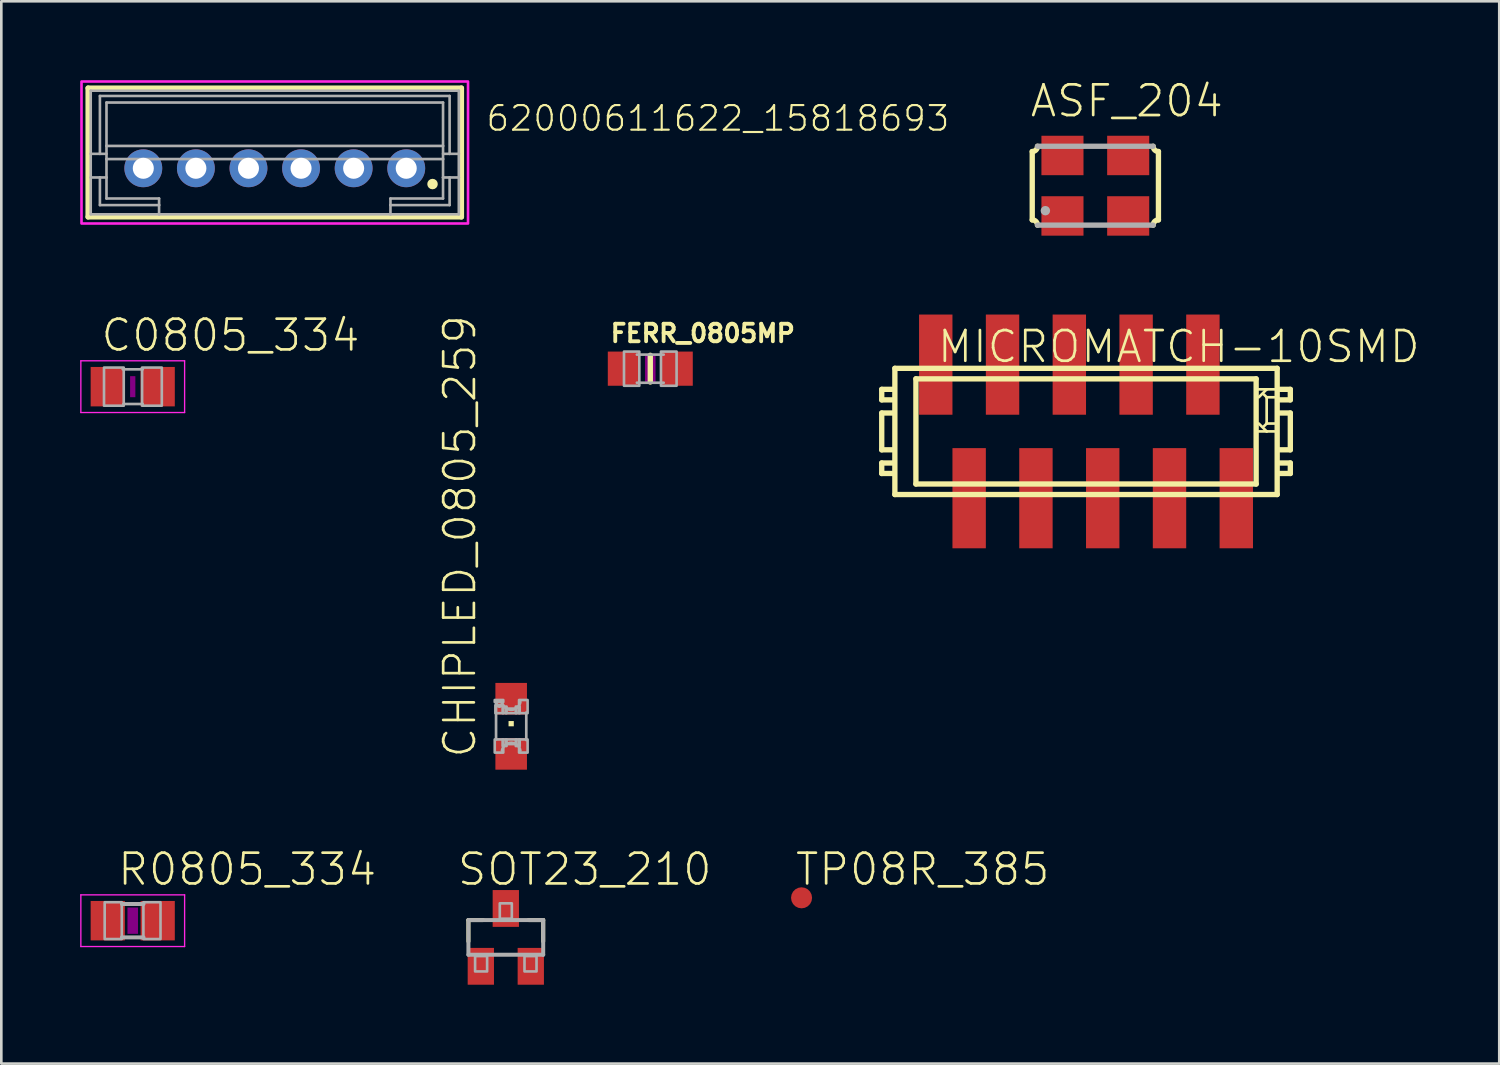
<source format=kicad_pcb>
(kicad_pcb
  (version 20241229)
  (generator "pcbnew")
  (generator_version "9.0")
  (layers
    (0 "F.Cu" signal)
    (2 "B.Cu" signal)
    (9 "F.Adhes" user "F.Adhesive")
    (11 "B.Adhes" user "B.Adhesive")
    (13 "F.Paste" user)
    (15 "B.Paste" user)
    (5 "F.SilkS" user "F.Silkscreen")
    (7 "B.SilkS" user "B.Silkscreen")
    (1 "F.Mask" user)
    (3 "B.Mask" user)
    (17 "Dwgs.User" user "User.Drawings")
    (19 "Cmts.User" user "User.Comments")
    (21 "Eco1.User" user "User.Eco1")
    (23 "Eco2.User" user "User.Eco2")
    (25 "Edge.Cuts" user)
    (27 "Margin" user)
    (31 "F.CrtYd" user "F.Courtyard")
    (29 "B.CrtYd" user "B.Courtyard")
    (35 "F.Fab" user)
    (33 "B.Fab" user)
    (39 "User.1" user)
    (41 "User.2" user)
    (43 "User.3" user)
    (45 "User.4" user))
  (footprint "ASF_204"
    (layer "F.Cu")
    (at 38.608 4.013)
    (property "Reference" "ASF_204" (at -2.54 -2.54 0) (unlocked yes) (layer "F.SilkS") (effects (font (size 1.168 1.168) (thickness 0.102)) (justify left bottom)))
    (fp_line (start -2.4 1.3) (end -2.4 -1.3) (stroke (width 0.203) (type solid)) (layer "F.SilkS"))
    (fp_line (start 2.4 -1.3) (end 2.4 1.3) (stroke (width 0.203) (type solid)) (layer "F.SilkS"))
    (fp_arc (start -2.4 1.3) (mid -2.258579 1.358579) (end -2.2 1.5) (stroke (width 0.2032) (type solid)) (layer "F.SilkS"))
    (fp_arc (start -2.2 -1.5) (mid -2.258579 -1.358579) (end -2.4 -1.3) (stroke (width 0.2032) (type solid)) (layer "F.SilkS"))
    (fp_arc (start 2.2 1.5) (mid 2.258579 1.358579) (end 2.4 1.3) (stroke (width 0.2032) (type solid)) (layer "F.SilkS"))
    (fp_arc (start 2.4 -1.3) (mid 2.258579 -1.358579) (end 2.2 -1.5) (stroke (width 0.2032) (type solid)) (layer "F.SilkS"))
    (fp_line (start -2.2 -1.5) (end 2.2 -1.5) (stroke (width 0.203) (type solid)) (layer "F.Fab"))
    (fp_line (start 2.2 1.5) (end -2.2 1.5) (stroke (width 0.203) (type solid)) (layer "F.Fab"))
    (fp_circle (center -1.9 0.95) (end -1.81 0.95) (stroke (width 0.18) (type solid)) (fill no) (layer "F.Fab"))
    (pad "1" smd rect (at -1.25 1.15) (size 1.6 1.5) (layers "F.Cu" "F.Mask" "F.Paste"))
    (pad "2" smd rect (at 1.25 1.15) (size 1.6 1.5) (layers "F.Cu" "F.Mask" "F.Paste"))
    (pad "3" smd rect (at 1.25 -1.15 180) (size 1.6 1.5) (layers "F.Cu" "F.Mask" "F.Paste"))
    (pad "4" smd rect (at -1.25 -1.15 180) (size 1.6 1.5) (layers "F.Cu" "F.Mask" "F.Paste")))
  (footprint "R0805_334"
    (layer "F.Cu")
    (at 1.998 31.966)
    (property "Reference" "R0805_334" (at -0.635 -1.27 0) (unlocked yes) (layer "F.SilkS") (effects (font (size 1.168 1.168) (thickness 0.102)) (justify left bottom)))
    (fp_poly (pts (xy -0.2 0.5) (xy 0.2 0.5) (xy 0.2 -0.5) (xy -0.2 -0.5)) (stroke (width 0) (type default)) (fill yes) (layer "F.Adhes"))
    (fp_line (start -1.973 -0.983) (end 1.973 -0.983) (stroke (width 0.051) (type solid)) (layer "F.CrtYd"))
    (fp_line (start -1.973 0.983) (end -1.973 -0.983) (stroke (width 0.051) (type solid)) (layer "F.CrtYd"))
    (fp_line (start 1.973 -0.983) (end 1.973 0.983) (stroke (width 0.051) (type solid)) (layer "F.CrtYd"))
    (fp_line (start 1.973 0.983) (end -1.973 0.983) (stroke (width 0.051) (type solid)) (layer "F.CrtYd"))
    (fp_line (start -0.41 -0.635) (end 0.41 -0.635) (stroke (width 0.152) (type solid)) (layer "F.Fab"))
    (fp_line (start -0.41 0.635) (end 0.41 0.635) (stroke (width 0.152) (type solid)) (layer "F.Fab"))
    (fp_poly (pts (xy -1.067 0.699) (xy -0.417 0.699) (xy -0.417 -0.702) (xy -1.067 -0.702)) (stroke (width 0.1) (type default)) (fill no) (layer "F.Fab"))
    (fp_poly (pts (xy 0.406 0.699) (xy 1.056 0.699) (xy 1.056 -0.702) (xy 0.406 -0.702)) (stroke (width 0.1) (type default)) (fill no) (layer "F.Fab"))
    (pad "1" smd rect (at -0.95 0) (size 1.3 1.5) (layers "F.Cu" "F.Mask" "F.Paste"))
    (pad "2" smd rect (at 0.95 0) (size 1.3 1.5) (layers "F.Cu" "F.Mask" "F.Paste")))
  (footprint "62000611622_15818693"
    (layer "F.Cu")
    (at 7.4 2.75)
    (property "Reference" "62000611622_15818693" (at 7.985 -0.75 0) (unlocked yes) (layer "F.SilkS") (effects (font (size 0.935 0.935) (thickness 0.081)) (justify left bottom)))
    (fp_line (start -7.1 -2.45) (end 7.1 -2.45) (stroke (width 0.2) (type solid)) (layer "F.SilkS"))
    (fp_line (start -7.1 2.45) (end -7.1 -2.45) (stroke (width 0.2) (type solid)) (layer "F.SilkS"))
    (fp_line (start 7.1 -2.45) (end 7.1 2.45) (stroke (width 0.2) (type solid)) (layer "F.SilkS"))
    (fp_line (start 7.1 2.45) (end -7.1 2.45) (stroke (width 0.2) (type solid)) (layer "F.SilkS"))
    (fp_circle (center 6 1.2) (end 6.1 1.2) (stroke (width 0.2) (type solid)) (fill no) (layer "F.SilkS"))
    (fp_poly (pts (xy 7.35 2.7) (xy -7.35 2.7) (xy -7.35 -2.7) (xy 7.35 -2.7)) (stroke (width 0.1) (type default)) (fill no) (layer "F.CrtYd"))
    (fp_line (start -7 -2.35) (end 7 -2.35) (stroke (width 0.1) (type solid)) (layer "F.Fab"))
    (fp_line (start -7 0.05) (end -7 -2.35) (stroke (width 0.1) (type solid)) (layer "F.Fab"))
    (fp_line (start -7 0.05) (end -6.65 0.05) (stroke (width 0.1) (type solid)) (layer "F.Fab"))
    (fp_line (start -7 0.95) (end -7 0.05) (stroke (width 0.1) (type solid)) (layer "F.Fab"))
    (fp_line (start -7 0.95) (end -6.65 0.95) (stroke (width 0.1) (type solid)) (layer "F.Fab"))
    (fp_line (start -7 2.35) (end -7 0.95) (stroke (width 0.1) (type solid)) (layer "F.Fab"))
    (fp_line (start -6.65 -2.15) (end 6.65 -2.15) (stroke (width 0.1) (type solid)) (layer "F.Fab"))
    (fp_line (start -6.65 0.05) (end -6.65 -2.15) (stroke (width 0.1) (type solid)) (layer "F.Fab"))
    (fp_line (start -6.65 0.05) (end -6.4 0.05) (stroke (width 0.1) (type solid)) (layer "F.Fab"))
    (fp_line (start -6.65 0.95) (end -6.4 0.95) (stroke (width 0.1) (type solid)) (layer "F.Fab"))
    (fp_line (start -6.65 2) (end -6.65 0.95) (stroke (width 0.1) (type solid)) (layer "F.Fab"))
    (fp_line (start -6.4 -1.9) (end 6.4 -1.9) (stroke (width 0.1) (type solid)) (layer "F.Fab"))
    (fp_line (start -6.4 -0.25) (end -6.4 -1.9) (stroke (width 0.1) (type solid)) (layer "F.Fab"))
    (fp_line (start -6.4 -0.25) (end 6.4 -0.25) (stroke (width 0.1) (type solid)) (layer "F.Fab"))
    (fp_line (start -6.4 0.25) (end -6.4 -0.25) (stroke (width 0.1) (type solid)) (layer "F.Fab"))
    (fp_line (start -6.4 0.25) (end 6.4 0.25) (stroke (width 0.1) (type solid)) (layer "F.Fab"))
    (fp_line (start -6.4 0.95) (end -6.4 0.25) (stroke (width 0.1) (type solid)) (layer "F.Fab"))
    (fp_line (start -6.4 1.75) (end -6.4 0.95) (stroke (width 0.1) (type solid)) (layer "F.Fab"))
    (fp_line (start -4.4 1.75) (end -6.4 1.75) (stroke (width 0.1) (type solid)) (layer "F.Fab"))
    (fp_line (start -4.4 1.75) (end -4.4 2) (stroke (width 0.1) (type solid)) (layer "F.Fab"))
    (fp_line (start -4.4 2) (end -6.65 2) (stroke (width 0.1) (type solid)) (layer "F.Fab"))
    (fp_line (start -4.4 2) (end -4.4 2.35) (stroke (width 0.1) (type solid)) (layer "F.Fab"))
    (fp_line (start -4.4 2.35) (end -7 2.35) (stroke (width 0.1) (type solid)) (layer "F.Fab"))
    (fp_line (start 4.4 1.75) (end 4.4 2) (stroke (width 0.1) (type solid)) (layer "F.Fab"))
    (fp_line (start 4.4 2) (end 4.4 2.35) (stroke (width 0.1) (type solid)) (layer "F.Fab"))
    (fp_line (start 4.4 2.35) (end -4.4 2.35) (stroke (width 0.1) (type solid)) (layer "F.Fab"))
    (fp_line (start 6.4 -1.9) (end 6.4 -0.25) (stroke (width 0.1) (type solid)) (layer "F.Fab"))
    (fp_line (start 6.4 -0.25) (end 6.4 0.25) (stroke (width 0.1) (type solid)) (layer "F.Fab"))
    (fp_line (start 6.4 0.05) (end 6.65 0.05) (stroke (width 0.1) (type solid)) (layer "F.Fab"))
    (fp_line (start 6.4 0.25) (end 6.4 0.95) (stroke (width 0.1) (type solid)) (layer "F.Fab"))
    (fp_line (start 6.4 0.95) (end 6.4 1.75) (stroke (width 0.1) (type solid)) (layer "F.Fab"))
    (fp_line (start 6.4 0.95) (end 6.65 0.95) (stroke (width 0.1) (type solid)) (layer "F.Fab"))
    (fp_line (start 6.4 1.75) (end 4.4 1.75) (stroke (width 0.1) (type solid)) (layer "F.Fab"))
    (fp_line (start 6.65 -2.15) (end 6.65 0.05) (stroke (width 0.1) (type solid)) (layer "F.Fab"))
    (fp_line (start 6.65 0.05) (end 7 0.05) (stroke (width 0.1) (type solid)) (layer "F.Fab"))
    (fp_line (start 6.65 0.95) (end 6.65 2) (stroke (width 0.1) (type solid)) (layer "F.Fab"))
    (fp_line (start 6.65 0.95) (end 7 0.95) (stroke (width 0.1) (type solid)) (layer "F.Fab"))
    (fp_line (start 6.65 2) (end 4.4 2) (stroke (width 0.1) (type solid)) (layer "F.Fab"))
    (fp_line (start 7 -2.35) (end 7 0.05) (stroke (width 0.1) (type solid)) (layer "F.Fab"))
    (fp_line (start 7 0.05) (end 7 0.95) (stroke (width 0.1) (type solid)) (layer "F.Fab"))
    (fp_line (start 7 0.95) (end 7 2.35) (stroke (width 0.1) (type solid)) (layer "F.Fab"))
    (fp_line (start 7 2.35) (end 4.4 2.35) (stroke (width 0.1) (type solid)) (layer "F.Fab"))
    (pad "1" thru_hole circle (at 5 0.6) (size 1.44 1.44) (drill 0.8) (layers "*.Cu" "*.Mask"))
    (pad "2" thru_hole circle (at 3 0.6) (size 1.44 1.44) (drill 0.8) (layers "*.Cu" "*.Mask"))
    (pad "3" thru_hole circle (at 1 0.6) (size 1.44 1.44) (drill 0.8) (layers "*.Cu" "*.Mask"))
    (pad "4" thru_hole circle (at -1 0.6) (size 1.44 1.44) (drill 0.8) (layers "*.Cu" "*.Mask"))
    (pad "5" thru_hole circle (at -3 0.6) (size 1.44 1.44) (drill 0.8) (layers "*.Cu" "*.Mask"))
    (pad "6" thru_hole circle (at -5 0.6) (size 1.44 1.44) (drill 0.8) (layers "*.Cu" "*.Mask")))
  (footprint "MICROMATCH-10SMD"
    (layer "F.Cu")
    (at 38.254 13.358)
    (property "Reference" "MICROMATCH-10SMD" (at -5.715 -2.54 0) (unlocked yes) (layer "F.SilkS") (effects (font (size 1.168 1.168) (thickness 0.102)) (justify left bottom)))
    (fp_line (start -7.77 -1.6) (end -7.77 -1.2) (stroke (width 0.203) (type solid)) (layer "F.SilkS"))
    (fp_line (start -7.77 -1.2) (end -7.37 -1.2) (stroke (width 0.203) (type solid)) (layer "F.SilkS"))
    (fp_line (start -7.77 -0.7) (end -7.77 0.7) (stroke (width 0.203) (type solid)) (layer "F.SilkS"))
    (fp_line (start -7.77 0.7) (end -7.37 0.7) (stroke (width 0.203) (type solid)) (layer "F.SilkS"))
    (fp_line (start -7.77 1.2) (end -7.77 1.6) (stroke (width 0.203) (type solid)) (layer "F.SilkS"))
    (fp_line (start -7.77 1.6) (end -7.37 1.6) (stroke (width 0.203) (type solid)) (layer "F.SilkS"))
    (fp_line (start -7.37 -1.6) (end -7.77 -1.6) (stroke (width 0.203) (type solid)) (layer "F.SilkS"))
    (fp_line (start -7.37 -0.7) (end -7.77 -0.7) (stroke (width 0.203) (type solid)) (layer "F.SilkS"))
    (fp_line (start -7.37 1.2) (end -7.77 1.2) (stroke (width 0.203) (type solid)) (layer "F.SilkS"))
    (fp_line (start -7.27 -2.4) (end -7.27 2.4) (stroke (width 0.203) (type solid)) (layer "F.SilkS"))
    (fp_line (start -6.47 -2) (end -6.47 2) (stroke (width 0.203) (type solid)) (layer "F.SilkS"))
    (fp_line (start 6.47 -2) (end -6.47 -2) (stroke (width 0.203) (type solid)) (layer "F.SilkS"))
    (fp_line (start 6.47 2) (end -6.47 2) (stroke (width 0.203) (type solid)) (layer "F.SilkS"))
    (fp_line (start 6.47 2) (end 6.47 -2) (stroke (width 0.203) (type solid)) (layer "F.SilkS"))
    (fp_line (start 6.77 -1.4) (end 6.87 -1.3) (stroke (width 0.102) (type solid)) (layer "F.SilkS"))
    (fp_line (start 6.77 -0.2) (end 6.87 -0.3) (stroke (width 0.102) (type solid)) (layer "F.SilkS"))
    (fp_line (start 6.87 -1.6) (end 6.57 -1.6) (stroke (width 0.102) (type solid)) (layer "F.SilkS"))
    (fp_line (start 6.87 -1.6) (end 6.57 -1.3) (stroke (width 0.102) (type solid)) (layer "F.SilkS"))
    (fp_line (start 6.87 -1.3) (end 6.87 -0.3) (stroke (width 0.102) (type solid)) (layer "F.SilkS"))
    (fp_line (start 6.87 -0.3) (end 7.17 -0.3) (stroke (width 0.102) (type solid)) (layer "F.SilkS"))
    (fp_line (start 6.87 0) (end 6.57 -0.3) (stroke (width 0.102) (type solid)) (layer "F.SilkS"))
    (fp_line (start 6.87 0) (end 6.57 0) (stroke (width 0.102) (type solid)) (layer "F.SilkS"))
    (fp_line (start 7.17 -1.6) (end 6.87 -1.6) (stroke (width 0.102) (type solid)) (layer "F.SilkS"))
    (fp_line (start 7.17 -1.3) (end 6.87 -1.3) (stroke (width 0.102) (type solid)) (layer "F.SilkS"))
    (fp_line (start 7.17 0) (end 6.87 0) (stroke (width 0.102) (type solid)) (layer "F.SilkS"))
    (fp_line (start 7.27 -2.4) (end -7.27 -2.4) (stroke (width 0.203) (type solid)) (layer "F.SilkS"))
    (fp_line (start 7.27 2.4) (end -7.27 2.4) (stroke (width 0.203) (type solid)) (layer "F.SilkS"))
    (fp_line (start 7.27 2.4) (end 7.27 -2.4) (stroke (width 0.203) (type solid)) (layer "F.SilkS"))
    (fp_line (start 7.37 -1.2) (end 7.77 -1.2) (stroke (width 0.203) (type solid)) (layer "F.SilkS"))
    (fp_line (start 7.37 0.7) (end 7.77 0.7) (stroke (width 0.203) (type solid)) (layer "F.SilkS"))
    (fp_line (start 7.37 1.6) (end 7.77 1.6) (stroke (width 0.203) (type solid)) (layer "F.SilkS"))
    (fp_line (start 7.77 -1.6) (end 7.37 -1.6) (stroke (width 0.203) (type solid)) (layer "F.SilkS"))
    (fp_line (start 7.77 -1.2) (end 7.77 -1.6) (stroke (width 0.203) (type solid)) (layer "F.SilkS"))
    (fp_line (start 7.77 -0.7) (end 7.37 -0.7) (stroke (width 0.203) (type solid)) (layer "F.SilkS"))
    (fp_line (start 7.77 0.7) (end 7.77 -0.7) (stroke (width 0.203) (type solid)) (layer "F.SilkS"))
    (fp_line (start 7.77 1.2) (end 7.37 1.2) (stroke (width 0.203) (type solid)) (layer "F.SilkS"))
    (fp_line (start 7.77 1.6) (end 7.77 1.2) (stroke (width 0.203) (type solid)) (layer "F.SilkS"))
    (pad "1" smd rect (at 5.715 2.54) (size 1.27 3.81) (layers "F.Cu" "F.Mask" "F.Paste"))
    (pad "2" smd rect (at 4.445 -2.54) (size 1.27 3.81) (layers "F.Cu" "F.Mask" "F.Paste"))
    (pad "3" smd rect (at 3.175 2.54) (size 1.27 3.81) (layers "F.Cu" "F.Mask" "F.Paste"))
    (pad "4" smd rect (at 1.905 -2.54) (size 1.27 3.81) (layers "F.Cu" "F.Mask" "F.Paste"))
    (pad "5" smd rect (at 0.635 2.54) (size 1.27 3.81) (layers "F.Cu" "F.Mask" "F.Paste"))
    (pad "6" smd rect (at -0.635 -2.54) (size 1.27 3.81) (layers "F.Cu" "F.Mask" "F.Paste"))
    (pad "7" smd rect (at -1.905 2.54) (size 1.27 3.81) (layers "F.Cu" "F.Mask" "F.Paste"))
    (pad "8" smd rect (at -3.175 -2.54) (size 1.27 3.81) (layers "F.Cu" "F.Mask" "F.Paste"))
    (pad "9" smd rect (at -4.445 2.54) (size 1.27 3.81) (layers "F.Cu" "F.Mask" "F.Paste"))
    (pad "10" smd rect (at -5.715 -2.54) (size 1.27 3.81) (layers "F.Cu" "F.Mask" "F.Paste")))
  (footprint "SOT23_210"
    (layer "F.Cu")
    (at 16.187 32.601)
    (property "Reference" "SOT23_210" (at -1.905 -1.905 0) (unlocked yes) (layer "F.SilkS") (effects (font (size 1.168 1.168) (thickness 0.102)) (justify left bottom)))
    (fp_line (start -1.422 -0.66) (end -0.864 -0.66) (stroke (width 0.152) (type solid)) (layer "F.SilkS"))
    (fp_line (start -1.422 0.152) (end -1.422 -0.66) (stroke (width 0.152) (type solid)) (layer "F.SilkS"))
    (fp_line (start 0.864 -0.66) (end 1.422 -0.66) (stroke (width 0.152) (type solid)) (layer "F.SilkS"))
    (fp_line (start 1.422 -0.66) (end 1.422 0.152) (stroke (width 0.152) (type solid)) (layer "F.SilkS"))
    (fp_line (start -1.422 -0.66) (end 1.422 -0.66) (stroke (width 0.152) (type solid)) (layer "F.Fab"))
    (fp_line (start -1.422 0.66) (end -1.422 -0.66) (stroke (width 0.152) (type solid)) (layer "F.Fab"))
    (fp_line (start 1.422 -0.66) (end 1.422 0.66) (stroke (width 0.152) (type solid)) (layer "F.Fab"))
    (fp_line (start 1.422 0.66) (end -1.422 0.66) (stroke (width 0.152) (type solid)) (layer "F.Fab"))
    (fp_poly (pts (xy -1.168 1.295) (xy -0.711 1.295) (xy -0.711 0.711) (xy -1.168 0.711)) (stroke (width 0.1) (type default)) (fill no) (layer "F.Fab"))
    (fp_poly (pts (xy -0.229 -0.711) (xy 0.229 -0.711) (xy 0.229 -1.295) (xy -0.229 -1.295)) (stroke (width 0.1) (type default)) (fill no) (layer "F.Fab"))
    (fp_poly (pts (xy 0.711 1.295) (xy 1.168 1.295) (xy 1.168 0.711) (xy 0.711 0.711)) (stroke (width 0.1) (type default)) (fill no) (layer "F.Fab"))
    (pad "1" smd rect (at -0.95 1.1) (size 1 1.4) (layers "F.Cu" "F.Mask" "F.Paste"))
    (pad "2" smd rect (at 0.95 1.1) (size 1 1.4) (layers "F.Cu" "F.Mask" "F.Paste"))
    (pad "3" smd rect (at 0 -1.1) (size 1 1.4) (layers "F.Cu" "F.Mask" "F.Paste")))
  (footprint "CHIPLED_0805_259"
    (layer "F.Cu")
    (at 16.391 24.573)
    (property "Reference" "CHIPLED_0805_259" (at -1.27 1.27 90) (unlocked yes) (layer "F.SilkS") (effects (font (size 1.168 1.168) (thickness 0.102)) (justify left bottom)))
    (fp_poly (pts (xy -0.1 0) (xy 0.1 0) (xy 0.1 -0.2) (xy -0.1 -0.2)) (stroke (width 0) (type default)) (fill yes) (layer "F.SilkS"))
    (fp_line (start -0.575 0.5) (end -0.575 -0.925) (stroke (width 0.102) (type solid)) (layer "F.Fab"))
    (fp_line (start 0.575 -0.525) (end 0.575 0.525) (stroke (width 0.102) (type solid)) (layer "F.Fab"))
    (fp_arc (start -0.35 0.925) (mid -0.000001 0.625027) (end 0.35 0.924998) (stroke (width 0.1016) (type solid)) (layer "F.Fab"))
    (fp_arc (start 0.35 -0.924998) (mid -0.000001 -0.625027) (end -0.35 -0.925) (stroke (width 0.1016) (type solid)) (layer "F.Fab"))
    (fp_circle (center -0.45 -0.85) (end -0.347 -0.85) (stroke (width 0.102) (type solid)) (fill no) (layer "F.Fab"))
    (fp_poly (pts (xy -0.625 -0.925) (xy -0.3 -0.925) (xy -0.3 -1) (xy -0.625 -1)) (stroke (width 0.1) (type default)) (fill no) (layer "F.Fab"))
    (fp_poly (pts (xy -0.625 1) (xy -0.3 1) (xy -0.3 0.5) (xy -0.625 0.5)) (stroke (width 0.1) (type default)) (fill no) (layer "F.Fab"))
    (fp_poly (pts (xy -0.6 -0.5) (xy -0.3 -0.5) (xy -0.3 -0.8) (xy -0.6 -0.8)) (stroke (width 0.1) (type default)) (fill no) (layer "F.Fab"))
    (fp_poly (pts (xy -0.325 -0.5) (xy -0.175 -0.5) (xy -0.175 -0.75) (xy -0.325 -0.75)) (stroke (width 0.1) (type default)) (fill no) (layer "F.Fab"))
    (fp_poly (pts (xy -0.325 0.75) (xy -0.175 0.75) (xy -0.175 0.5) (xy -0.325 0.5)) (stroke (width 0.1) (type default)) (fill no) (layer "F.Fab"))
    (fp_poly (pts (xy -0.2 -0.5) (xy 0.2 -0.5) (xy 0.2 -0.675) (xy -0.2 -0.675)) (stroke (width 0.1) (type default)) (fill no) (layer "F.Fab"))
    (fp_poly (pts (xy -0.2 0.675) (xy 0.2 0.675) (xy 0.2 0.5) (xy -0.2 0.5)) (stroke (width 0.1) (type default)) (fill no) (layer "F.Fab"))
    (fp_poly (pts (xy 0.175 -0.5) (xy 0.325 -0.5) (xy 0.325 -0.75) (xy 0.175 -0.75)) (stroke (width 0.1) (type default)) (fill no) (layer "F.Fab"))
    (fp_poly (pts (xy 0.175 0.75) (xy 0.325 0.75) (xy 0.325 0.5) (xy 0.175 0.5)) (stroke (width 0.1) (type default)) (fill no) (layer "F.Fab"))
    (fp_poly (pts (xy 0.3 -0.5) (xy 0.625 -0.5) (xy 0.625 -1) (xy 0.3 -1)) (stroke (width 0.1) (type default)) (fill no) (layer "F.Fab"))
    (fp_poly (pts (xy 0.3 1) (xy 0.625 1) (xy 0.625 0.5) (xy 0.3 0.5)) (stroke (width 0.1) (type default)) (fill no) (layer "F.Fab"))
    (pad "A" smd rect (at 0 1.05) (size 1.2 1.2) (layers "F.Cu" "F.Mask" "F.Paste"))
    (pad "C" smd rect (at 0 -1.05) (size 1.2 1.2) (layers "F.Cu" "F.Mask" "F.Paste")))
  (footprint "TP08R_385"
    (layer "F.Cu")
    (at 27.435 31.096)
    (property "Reference" "TP08R_385" (at -0.3 -0.4 0) (unlocked yes) (layer "F.SilkS") (effects (font (size 1.168 1.168) (thickness 0.102)) (justify left bottom)))
    (pad "TP" smd roundrect (at 0 0) (size 0.8 0.8) (layers "F.Cu" "F.Mask") (roundrect_rratio 0.5)))
  (footprint "C0805_334"
    (layer "F.Cu")
    (at 1.998 11.656)
    (property "Reference" "C0805_334" (at -1.27 -1.27 0) (unlocked yes) (layer "F.SilkS") (effects (font (size 1.168 1.168) (thickness 0.102)) (justify left bottom)))
    (fp_poly (pts (xy -0.1 0.4) (xy 0.1 0.4) (xy 0.1 -0.4) (xy -0.1 -0.4)) (stroke (width 0) (type default)) (fill yes) (layer "F.Adhes"))
    (fp_line (start -1.973 -0.983) (end 1.973 -0.983) (stroke (width 0.051) (type solid)) (layer "F.CrtYd"))
    (fp_line (start -1.973 0.983) (end -1.973 -0.983) (stroke (width 0.051) (type solid)) (layer "F.CrtYd"))
    (fp_line (start 1.973 -0.983) (end 1.973 0.983) (stroke (width 0.051) (type solid)) (layer "F.CrtYd"))
    (fp_line (start 1.973 0.983) (end -1.973 0.983) (stroke (width 0.051) (type solid)) (layer "F.CrtYd"))
    (fp_line (start -0.381 -0.66) (end 0.381 -0.66) (stroke (width 0.102) (type solid)) (layer "F.Fab"))
    (fp_line (start -0.356 0.66) (end 0.381 0.66) (stroke (width 0.102) (type solid)) (layer "F.Fab"))
    (fp_poly (pts (xy -1.092 0.724) (xy -0.342 0.724) (xy -0.342 -0.726) (xy -1.092 -0.726)) (stroke (width 0.1) (type default)) (fill no) (layer "F.Fab"))
    (fp_poly (pts (xy 0.356 0.724) (xy 1.106 0.724) (xy 1.106 -0.726) (xy 0.356 -0.726)) (stroke (width 0.1) (type default)) (fill no) (layer "F.Fab"))
    (pad "1" smd rect (at -0.95 0) (size 1.3 1.5) (layers "F.Cu" "F.Mask" "F.Paste"))
    (pad "2" smd rect (at 0.95 0) (size 1.3 1.5) (layers "F.Cu" "F.Mask" "F.Paste")))
  (footprint "FERR_0805MP"
    (layer "F.Cu")
    (at 21.682 10.971)
    (property "Reference" "FERR_0805MP" (at -1.587 -0.953 0) (unlocked yes) (layer "F.SilkS") (effects (font (size 0.666 0.666) (thickness 0.146)) (justify left bottom)))
    (fp_line (start 0 -0.508) (end 0 0.508) (stroke (width 0.203) (type solid)) (layer "F.SilkS"))
    (fp_poly (pts (xy -0.2 0.5) (xy 0.2 0.5) (xy 0.2 -0.5) (xy -0.2 -0.5)) (stroke (width 0) (type default)) (fill yes) (layer "F.Adhes"))
    (fp_line (start -0.51 -0.535) (end 0.51 -0.535) (stroke (width 0.102) (type solid)) (layer "F.Fab"))
    (fp_line (start -0.51 0.535) (end 0.51 0.535) (stroke (width 0.102) (type solid)) (layer "F.Fab"))
    (fp_poly (pts (xy -1 0.65) (xy -0.417 0.65) (xy -0.417 -0.65) (xy -1 -0.65)) (stroke (width 0.1) (type default)) (fill no) (layer "F.Fab"))
    (fp_poly (pts (xy 0.406 0.65) (xy 1 0.65) (xy 1 -0.65) (xy 0.406 -0.65)) (stroke (width 0.1) (type default)) (fill no) (layer "F.Fab"))
    (pad "1" smd rect (at -1.016 0) (size 1.2 1.3) (layers "F.Cu" "F.Mask" "F.Paste"))
    (pad "2" smd rect (at 1.016 0) (size 1.2 1.3) (layers "F.Cu" "F.Mask" "F.Paste")))
  (gr_rect
    (start -3 -3)
    (end 53.97 37.401)
    (stroke (width 0.1) (type default))
    (fill no)
    (layer "Edge.Cuts")))
</source>
